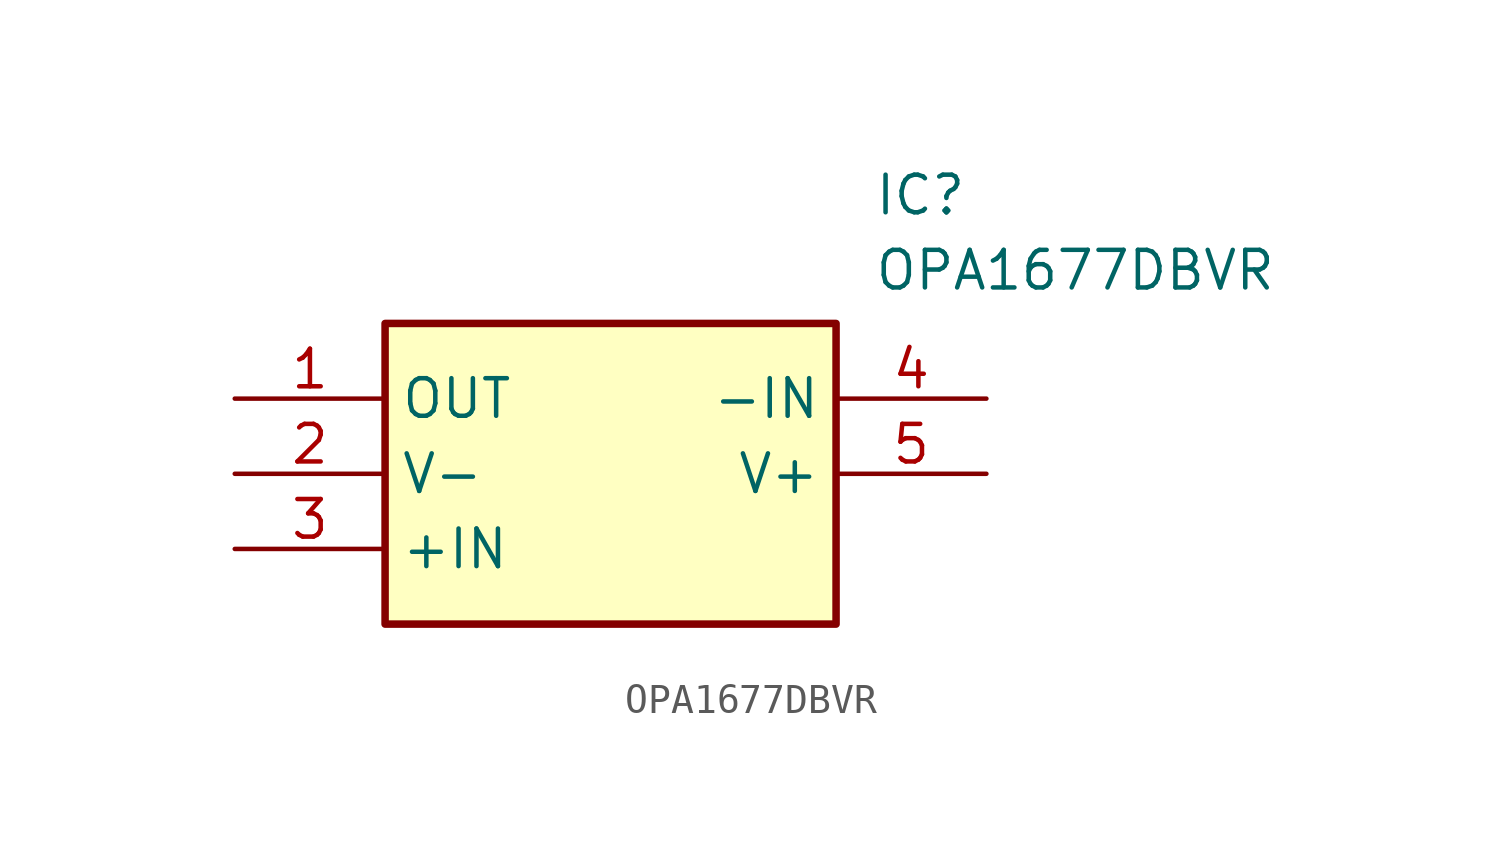
<source format=kicad_sym>
(kicad_symbol_lib
  (version 20211014)
  (generator SamacSys_ECAD_Model)
  (symbol "OPA1677DBVR"
    (property "Reference" "IC"
      (at 21.59 7.62 0)
      (effects (font (size 1.27 1.27)) (justify left top)))
    (property "Value" "OPA1677DBVR"
      (at 21.59 5.08 0)
      (effects (font (size 1.27 1.27)) (justify left top)))
    (rectangle
      (start 5.08 2.54)
      (end 20.32 -7.62)
      (stroke (width 0.254) (type default))
      (fill (type background)))
    (pin passive line
      (at 0 0 0)
      (length 5.08)
      (name "OUT" (effects (font (size 1.27 1.27))))
      (number "1" (effects (font (size 1.27 1.27)))))
    (pin passive line
      (at 0 -2.54 0)
      (length 5.08)
      (name "V-" (effects (font (size 1.27 1.27))))
      (number "2" (effects (font (size 1.27 1.27)))))
    (pin passive line
      (at 0 -5.08 0)
      (length 5.08)
      (name "+IN" (effects (font (size 1.27 1.27))))
      (number "3" (effects (font (size 1.27 1.27)))))
    (pin passive line
      (at 25.4 0 180)
      (length 5.08)
      (name "-IN" (effects (font (size 1.27 1.27))))
      (number "4" (effects (font (size 1.27 1.27)))))
    (pin passive line
      (at 25.4 -2.54 180)
      (length 5.08)
      (name "V+" (effects (font (size 1.27 1.27))))
      (number "5" (effects (font (size 1.27 1.27)))))))
</source>
